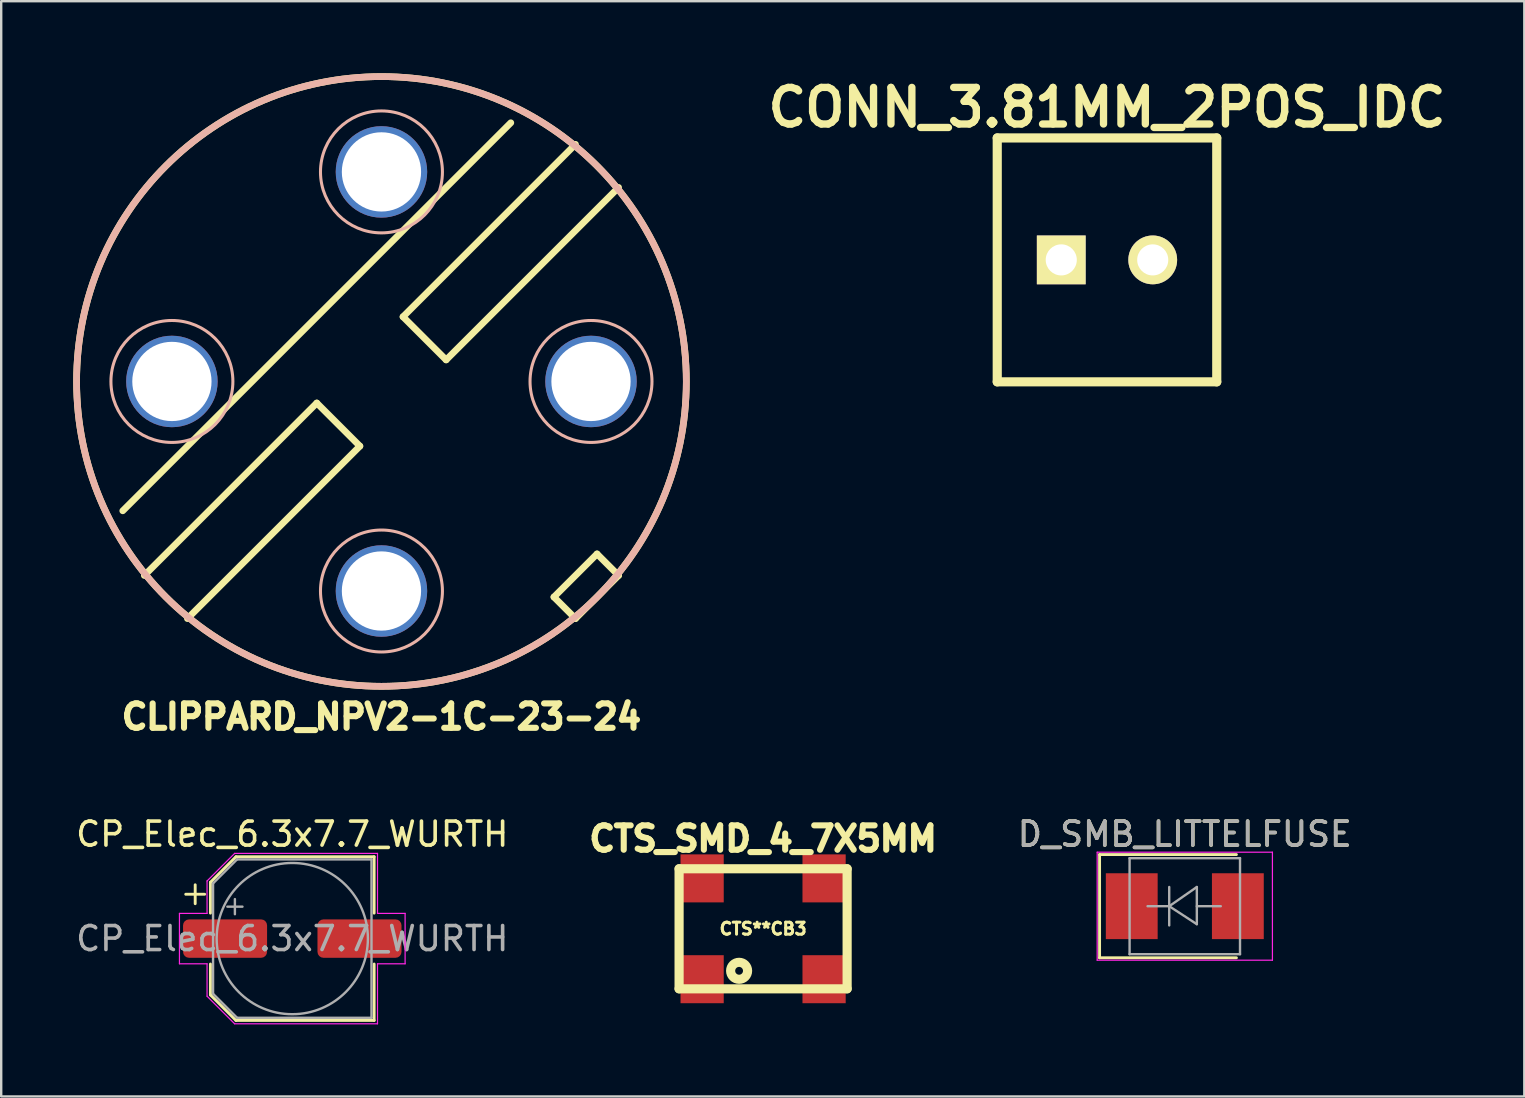
<source format=kicad_pcb>
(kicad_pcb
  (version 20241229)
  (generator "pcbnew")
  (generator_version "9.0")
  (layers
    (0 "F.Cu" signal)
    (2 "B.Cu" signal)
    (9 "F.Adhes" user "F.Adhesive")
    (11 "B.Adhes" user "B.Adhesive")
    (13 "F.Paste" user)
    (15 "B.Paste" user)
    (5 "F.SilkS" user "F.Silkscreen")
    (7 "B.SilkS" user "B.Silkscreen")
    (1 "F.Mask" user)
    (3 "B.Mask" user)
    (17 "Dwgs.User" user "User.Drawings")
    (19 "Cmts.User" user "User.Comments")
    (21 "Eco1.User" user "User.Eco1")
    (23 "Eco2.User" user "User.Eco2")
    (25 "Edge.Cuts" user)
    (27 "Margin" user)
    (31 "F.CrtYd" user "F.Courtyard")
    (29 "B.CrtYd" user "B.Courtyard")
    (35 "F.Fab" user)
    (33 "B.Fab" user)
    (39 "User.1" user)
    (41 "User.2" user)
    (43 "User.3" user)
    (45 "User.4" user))
  (footprint "CLIPPARD_NPV2-1C-23-24"
    (layer "F.Cu")
    (at 12.84 12.84)
    (property "Reference" "CLIPPARD_NPV2-1C-23-24" (at 0 13.97 0) (layer "F.SilkS") (effects (font (size 1.016 1.016) (thickness 0.254))))
    (attr through_hole)
    (fp_line (start -10.776 5.388) (end 5.388 -10.776) (stroke (width 0.279) (type solid)) (layer "F.SilkS"))
    (fp_line (start -9.878 8.082) (end -2.694 0.898) (stroke (width 0.279) (type solid)) (layer "F.SilkS"))
    (fp_line (start -2.694 0.898) (end -0.898 2.694) (stroke (width 0.279) (type solid)) (layer "F.SilkS"))
    (fp_line (start -0.898 2.694) (end -8.082 9.878) (stroke (width 0.279) (type solid)) (layer "F.SilkS"))
    (fp_line (start 0.898 -2.694) (end 2.694 -0.898) (stroke (width 0.279) (type solid)) (layer "F.SilkS"))
    (fp_line (start 2.694 -0.898) (end 9.878 -8.082) (stroke (width 0.279) (type solid)) (layer "F.SilkS"))
    (fp_line (start 7.184 8.98) (end 8.082 9.878) (stroke (width 0.279) (type solid)) (layer "F.SilkS"))
    (fp_line (start 8.082 -9.878) (end 0.898 -2.694) (stroke (width 0.279) (type solid)) (layer "F.SilkS"))
    (fp_line (start 8.98 7.184) (end 7.184 8.98) (stroke (width 0.279) (type solid)) (layer "F.SilkS"))
    (fp_line (start 9.878 8.082) (end 8.082 9.878) (stroke (width 0.279) (type solid)) (layer "F.SilkS"))
    (fp_line (start 9.878 8.082) (end 8.98 7.184) (stroke (width 0.279) (type solid)) (layer "F.SilkS"))
    (fp_circle (center 0 0) (end 8.98 8.98) (stroke (width 0.279) (type solid)) (fill no) (layer "F.SilkS"))
    (fp_circle (center -8.729 0) (end -6.933 1.796) (stroke (width 0.127) (type solid)) (fill no) (layer "B.SilkS"))
    (fp_circle (center 0 -8.729) (end 1.796 -6.933) (stroke (width 0.127) (type solid)) (fill no) (layer "B.SilkS"))
    (fp_circle (center 0 0) (end 8.98 -8.98) (stroke (width 0.279) (type solid)) (fill no) (layer "B.SilkS"))
    (fp_circle (center 0 8.729) (end 1.796 10.525) (stroke (width 0.127) (type solid)) (fill no) (layer "B.SilkS"))
    (fp_circle (center 8.729 0) (end 10.525 1.796) (stroke (width 0.127) (type solid)) (fill no) (layer "B.SilkS"))
    (pad "" thru_hole circle (at -8.729 0 315) (size 3.81 3.81) (drill 3.302) (layers "*.Cu" "*.Mask"))
    (pad "" thru_hole circle (at 0 -8.729 315) (size 3.81 3.81) (drill 3.302) (layers "*.Cu" "*.Mask"))
    (pad "" thru_hole circle (at 0 8.729 315) (size 3.81 3.81) (drill 3.302) (layers "*.Cu" "*.Mask"))
    (pad "" thru_hole circle (at 8.729 0 315) (size 3.81 3.81) (drill 3.302) (layers "*.Cu" "*.Mask")))
  (footprint "D_SMB_LITTELFUSE"
    (layer "F.Cu")
    (at 46.304 34.698)
    (property "Reference" "D_SMB_LITTELFUSE" (at 0 -3 0) (layer "F.SilkS") (effects (font (size 1 1) (thickness 0.15))))
    (attr smd)
    (fp_line (start -3.55 -2.15) (end -3.55 2.15) (stroke (width 0.12) (type solid)) (layer "F.SilkS"))
    (fp_line (start -3.55 -2.15) (end 2.15 -2.15) (stroke (width 0.12) (type solid)) (layer "F.SilkS"))
    (fp_line (start -3.55 2.15) (end 2.15 2.15) (stroke (width 0.12) (type solid)) (layer "F.SilkS"))
    (fp_line (start -3.65 -2.25) (end 3.65 -2.25) (stroke (width 0.05) (type solid)) (layer "F.CrtYd"))
    (fp_line (start -3.65 2.25) (end -3.65 -2.25) (stroke (width 0.05) (type solid)) (layer "F.CrtYd"))
    (fp_line (start 3.65 -2.25) (end 3.65 2.25) (stroke (width 0.05) (type solid)) (layer "F.CrtYd"))
    (fp_line (start 3.65 2.25) (end -3.65 2.25) (stroke (width 0.05) (type solid)) (layer "F.CrtYd"))
    (fp_line (start -2.3 2) (end -2.3 -2) (stroke (width 0.1) (type solid)) (layer "F.Fab"))
    (fp_line (start -0.649 -0.799) (end -0.649 0.801) (stroke (width 0.1) (type solid)) (layer "F.Fab"))
    (fp_line (start -0.649 0.001) (end -1.551 0.001) (stroke (width 0.1) (type solid)) (layer "F.Fab"))
    (fp_line (start -0.649 0.001) (end 0.501 -0.799) (stroke (width 0.1) (type solid)) (layer "F.Fab"))
    (fp_line (start -0.649 0.001) (end 0.501 0.75) (stroke (width 0.1) (type solid)) (layer "F.Fab"))
    (fp_line (start 0.501 0.001) (end 1.499 0.001) (stroke (width 0.1) (type solid)) (layer "F.Fab"))
    (fp_line (start 0.501 0.75) (end 0.501 -0.799) (stroke (width 0.1) (type solid)) (layer "F.Fab"))
    (fp_line (start 2.3 -2) (end -2.3 -2) (stroke (width 0.1) (type solid)) (layer "F.Fab"))
    (fp_line (start 2.3 -2) (end 2.3 2) (stroke (width 0.1) (type solid)) (layer "F.Fab"))
    (fp_line (start 2.3 2) (end -2.3 2) (stroke (width 0.1) (type solid)) (layer "F.Fab"))
    (fp_text user "${REFERENCE}" (at 0 -3 0) (layer "F.Fab") (effects (font (size 1 1) (thickness 0.15))))
    (pad "1" smd rect (at -2.21 0) (size 2.159 2.743) (layers "F.Cu" "F.Mask" "F.Paste"))
    (pad "2" smd rect (at 2.21 0) (size 2.159 2.743) (layers "F.Cu" "F.Mask" "F.Paste")))
  (footprint "CTS_SMD_4_7X5MM"
    (layer "F.Cu")
    (at 28.738 35.64)
    (property "Reference" "CTS_SMD_4_7X5MM" (at 0 -3.75 0) (layer "F.SilkS") (effects (font (size 1.016 1.016) (thickness 0.254))))
    (attr through_hole)
    (fp_line (start -3.5 -2.5) (end -3.5 2.5) (stroke (width 0.381) (type solid)) (layer "F.SilkS"))
    (fp_line (start -3.5 2.5) (end 3.5 2.5) (stroke (width 0.381) (type solid)) (layer "F.SilkS"))
    (fp_line (start 3.5 -2.5) (end -3.5 -2.5) (stroke (width 0.381) (type solid)) (layer "F.SilkS"))
    (fp_line (start 3.5 2.5) (end 3.5 -2.5) (stroke (width 0.381) (type solid)) (layer "F.SilkS"))
    (fp_circle (center -1 1.75) (end -0.75 1.5) (stroke (width 0.381) (type solid)) (fill no) (layer "F.SilkS"))
    (fp_text user "CTS**CB3" (at 0 0 0) (layer "F.SilkS") (effects (font (size 0.5 0.5) (thickness 0.125))))
    (pad "1" smd rect (at -2.54 2.1) (size 1.8 2) (layers "F.Cu" "F.Mask" "F.Paste"))
    (pad "2" smd rect (at 2.54 2.1) (size 1.8 2) (layers "F.Cu" "F.Mask" "F.Paste"))
    (pad "3" smd rect (at 2.54 -2.1) (size 1.8 2) (layers "F.Cu" "F.Mask" "F.Paste"))
    (pad "4" smd rect (at -2.54 -2.1) (size 1.8 2) (layers "F.Cu" "F.Mask" "F.Paste")))
  (footprint "CONN_3.81MM_2POS_IDC"
    (layer "F.Cu")
    (at 43.063 7.776)
    (property "Reference" "CONN_3.81MM_2POS_IDC" (at 0 -6.35 0) (layer "F.SilkS") (effects (font (size 1.524 1.524) (thickness 0.305))))
    (attr through_hole)
    (fp_line (start -4.572 -5.08) (end -4.572 5.08) (stroke (width 0.381) (type solid)) (layer "F.SilkS"))
    (fp_line (start -4.572 5.08) (end 4.572 5.08) (stroke (width 0.381) (type solid)) (layer "F.SilkS"))
    (fp_line (start 4.572 -5.08) (end -4.572 -5.08) (stroke (width 0.381) (type solid)) (layer "F.SilkS"))
    (fp_line (start 4.572 5.08) (end 4.572 -5.08) (stroke (width 0.381) (type solid)) (layer "F.SilkS"))
    (pad "1" thru_hole rect (at -1.905 0) (size 2.032 2.032) (drill 1.295) (layers "*.Cu" "*.Mask" "F.SilkS"))
    (pad "2" thru_hole circle (at 1.905 0) (size 2.032 2.032) (drill 1.295) (layers "*.Cu" "*.Mask" "F.SilkS")))
  (footprint "CP_Elec_6.3x7.7_WURTH"
    (layer "F.Cu")
    (at 9.125 36.048)
    (property "Reference" "CP_Elec_6.3x7.7_WURTH" (at 0 -4.35 0) (layer "F.SilkS") (effects (font (size 1 1) (thickness 0.15))))
    (attr smd)
    (fp_line (start -4.438 -1.847) (end -3.65 -1.847) (stroke (width 0.12) (type solid)) (layer "F.SilkS"))
    (fp_line (start -4.044 -2.241) (end -4.044 -1.454) (stroke (width 0.12) (type solid)) (layer "F.SilkS"))
    (fp_line (start -3.41 -2.346) (end -3.41 -1.06) (stroke (width 0.12) (type solid)) (layer "F.SilkS"))
    (fp_line (start -3.41 -2.346) (end -2.346 -3.41) (stroke (width 0.12) (type solid)) (layer "F.SilkS"))
    (fp_line (start -3.41 2.346) (end -3.41 1.06) (stroke (width 0.12) (type solid)) (layer "F.SilkS"))
    (fp_line (start -3.41 2.346) (end -2.346 3.41) (stroke (width 0.12) (type solid)) (layer "F.SilkS"))
    (fp_line (start -2.346 -3.41) (end 3.41 -3.41) (stroke (width 0.12) (type solid)) (layer "F.SilkS"))
    (fp_line (start -2.346 3.41) (end 3.41 3.41) (stroke (width 0.12) (type solid)) (layer "F.SilkS"))
    (fp_line (start 3.41 -3.41) (end 3.41 -1.06) (stroke (width 0.12) (type solid)) (layer "F.SilkS"))
    (fp_line (start 3.41 3.41) (end 3.41 1.06) (stroke (width 0.12) (type solid)) (layer "F.SilkS"))
    (fp_line (start -4.7 -1.05) (end -4.7 1.05) (stroke (width 0.05) (type solid)) (layer "F.CrtYd"))
    (fp_line (start -4.7 1.05) (end -3.55 1.05) (stroke (width 0.05) (type solid)) (layer "F.CrtYd"))
    (fp_line (start -3.55 -2.4) (end -3.55 -1.05) (stroke (width 0.05) (type solid)) (layer "F.CrtYd"))
    (fp_line (start -3.55 -2.4) (end -2.4 -3.55) (stroke (width 0.05) (type solid)) (layer "F.CrtYd"))
    (fp_line (start -3.55 -1.05) (end -4.7 -1.05) (stroke (width 0.05) (type solid)) (layer "F.CrtYd"))
    (fp_line (start -3.55 1.05) (end -3.55 2.4) (stroke (width 0.05) (type solid)) (layer "F.CrtYd"))
    (fp_line (start -3.55 2.4) (end -2.4 3.55) (stroke (width 0.05) (type solid)) (layer "F.CrtYd"))
    (fp_line (start -2.4 -3.55) (end 3.55 -3.55) (stroke (width 0.05) (type solid)) (layer "F.CrtYd"))
    (fp_line (start -2.4 3.55) (end 3.55 3.55) (stroke (width 0.05) (type solid)) (layer "F.CrtYd"))
    (fp_line (start 3.55 -3.55) (end 3.55 -1.05) (stroke (width 0.05) (type solid)) (layer "F.CrtYd"))
    (fp_line (start 3.55 -1.05) (end 4.7 -1.05) (stroke (width 0.05) (type solid)) (layer "F.CrtYd"))
    (fp_line (start 3.55 1.05) (end 3.55 3.55) (stroke (width 0.05) (type solid)) (layer "F.CrtYd"))
    (fp_line (start 4.7 -1.05) (end 4.7 1.05) (stroke (width 0.05) (type solid)) (layer "F.CrtYd"))
    (fp_line (start 4.7 1.05) (end 3.55 1.05) (stroke (width 0.05) (type solid)) (layer "F.CrtYd"))
    (fp_line (start -3.3 -2.3) (end -3.3 2.3) (stroke (width 0.1) (type solid)) (layer "F.Fab"))
    (fp_line (start -3.3 -2.3) (end -2.3 -3.3) (stroke (width 0.1) (type solid)) (layer "F.Fab"))
    (fp_line (start -3.3 2.3) (end -2.3 3.3) (stroke (width 0.1) (type solid)) (layer "F.Fab"))
    (fp_line (start -2.705 -1.33) (end -2.075 -1.33) (stroke (width 0.1) (type solid)) (layer "F.Fab"))
    (fp_line (start -2.39 -1.645) (end -2.39 -1.015) (stroke (width 0.1) (type solid)) (layer "F.Fab"))
    (fp_line (start -2.3 -3.3) (end 3.3 -3.3) (stroke (width 0.1) (type solid)) (layer "F.Fab"))
    (fp_line (start -2.3 3.3) (end 3.3 3.3) (stroke (width 0.1) (type solid)) (layer "F.Fab"))
    (fp_line (start 3.3 -3.3) (end 3.3 3.3) (stroke (width 0.1) (type solid)) (layer "F.Fab"))
    (fp_circle (center 0 0) (end 3.15 0) (stroke (width 0.1) (type solid)) (fill no) (layer "F.Fab"))
    (fp_text user "${REFERENCE}" (at 0 0 0) (layer "F.Fab") (effects (font (size 1 1) (thickness 0.15))))
    (pad "1" smd roundrect (at -2.8 0) (size 3.5 1.6) (layers "F.Cu" "F.Mask" "F.Paste") (roundrect_rratio 0.156))
    (pad "2" smd roundrect (at 2.8 0) (size 3.5 1.6) (layers "F.Cu" "F.Mask" "F.Paste") (roundrect_rratio 0.156)))
  (gr_rect
    (start -3 -3)
    (end 60.447 42.623)
    (stroke (width 0.1) (type default))
    (fill no)
    (layer "Edge.Cuts")))
</source>
